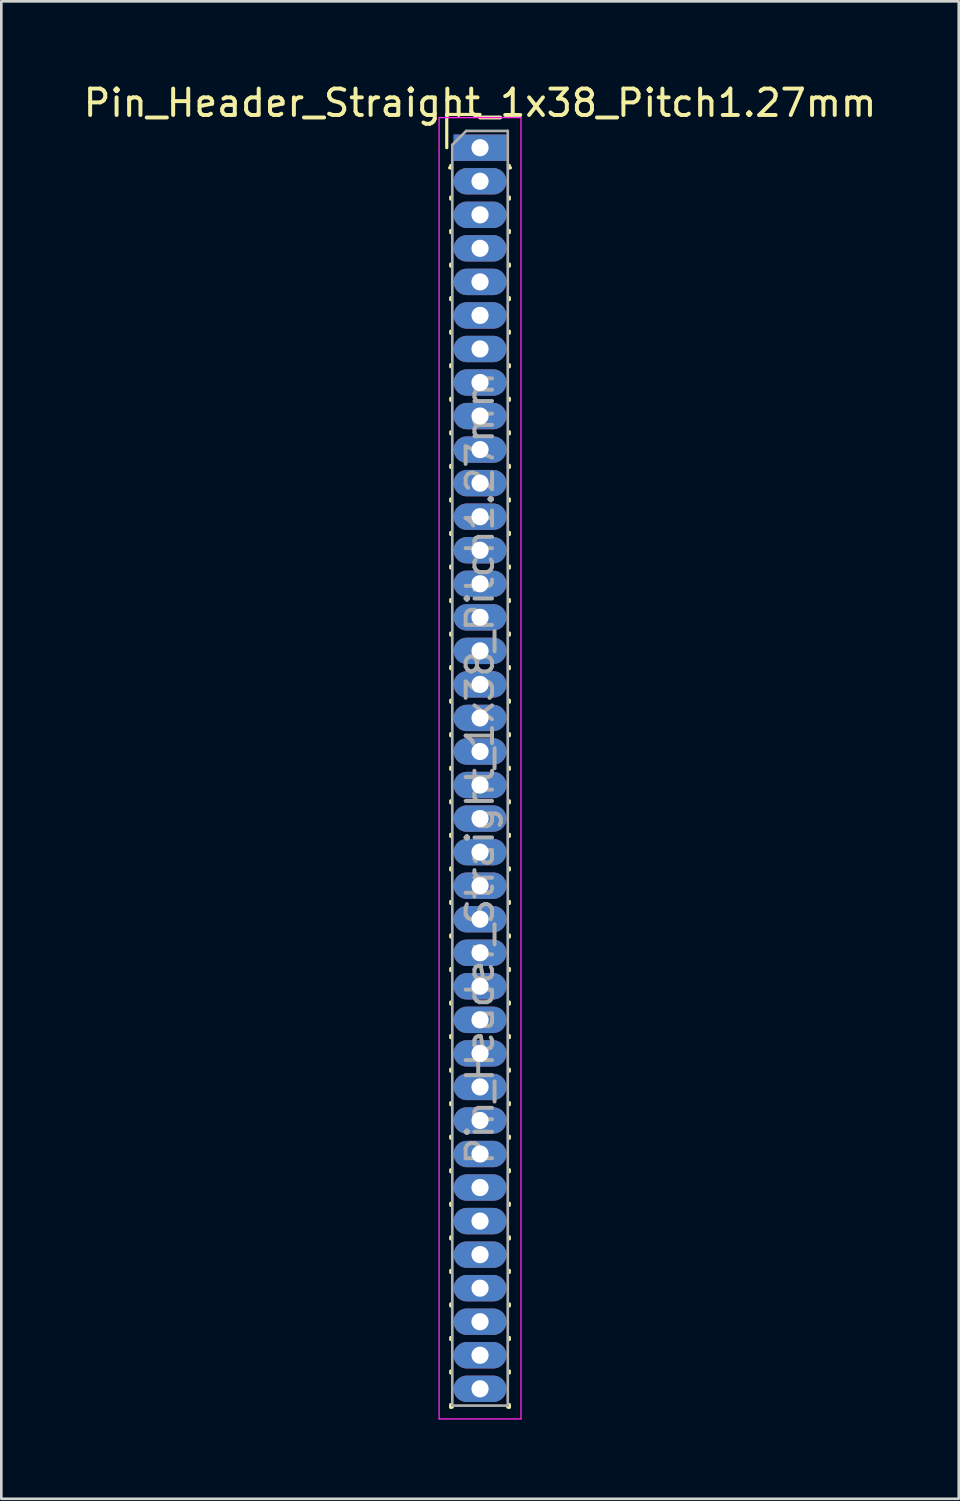
<source format=kicad_pcb>
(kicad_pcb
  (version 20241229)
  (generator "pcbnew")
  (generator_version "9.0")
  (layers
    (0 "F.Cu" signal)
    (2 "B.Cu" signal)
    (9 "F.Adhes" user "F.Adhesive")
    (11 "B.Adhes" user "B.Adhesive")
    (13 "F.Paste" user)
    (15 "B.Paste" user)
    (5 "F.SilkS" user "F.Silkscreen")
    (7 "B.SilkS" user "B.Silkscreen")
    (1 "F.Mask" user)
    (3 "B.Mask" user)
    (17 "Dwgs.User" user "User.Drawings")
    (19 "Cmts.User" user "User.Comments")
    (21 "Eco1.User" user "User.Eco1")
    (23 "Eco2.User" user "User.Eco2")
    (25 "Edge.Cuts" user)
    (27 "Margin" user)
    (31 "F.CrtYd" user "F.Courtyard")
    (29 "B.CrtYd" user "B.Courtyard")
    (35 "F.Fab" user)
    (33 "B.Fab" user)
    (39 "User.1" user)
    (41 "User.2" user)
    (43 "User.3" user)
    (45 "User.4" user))
  (footprint "Pin_Header_Straight_1x38_Pitch1.27mm"
    (layer "F.Cu")
    (at 15.125 2.543)
    (property "Reference" "Pin_Header_Straight_1x38_Pitch1.27mm" (at 0 -1.695 0) (layer "F.SilkS") (effects (font (size 1 1) (thickness 0.15))))
    (attr through_hole)
    (fp_line (start -1.26 -1.26) (end 0 -1.26) (stroke (width 0.12) (type solid)) (layer "F.SilkS"))
    (fp_line (start -1.26 0) (end -1.26 -1.26) (stroke (width 0.12) (type solid)) (layer "F.SilkS"))
    (fp_line (start -1.11 0.76) (end -1.152 0.76) (stroke (width 0.12) (type solid)) (layer "F.SilkS"))
    (fp_line (start -1.11 0.76) (end -1.11 0.674) (stroke (width 0.12) (type solid)) (layer "F.SilkS"))
    (fp_line (start -1.11 1.866) (end -1.11 1.944) (stroke (width 0.12) (type solid)) (layer "F.SilkS"))
    (fp_line (start -1.11 3.136) (end -1.11 3.214) (stroke (width 0.12) (type solid)) (layer "F.SilkS"))
    (fp_line (start -1.11 4.406) (end -1.11 4.484) (stroke (width 0.12) (type solid)) (layer "F.SilkS"))
    (fp_line (start -1.11 5.676) (end -1.11 5.754) (stroke (width 0.12) (type solid)) (layer "F.SilkS"))
    (fp_line (start -1.11 6.946) (end -1.11 7.024) (stroke (width 0.12) (type solid)) (layer "F.SilkS"))
    (fp_line (start -1.11 8.216) (end -1.11 8.294) (stroke (width 0.12) (type solid)) (layer "F.SilkS"))
    (fp_line (start -1.11 9.486) (end -1.11 9.564) (stroke (width 0.12) (type solid)) (layer "F.SilkS"))
    (fp_line (start -1.11 10.756) (end -1.11 10.834) (stroke (width 0.12) (type solid)) (layer "F.SilkS"))
    (fp_line (start -1.11 12.026) (end -1.11 12.104) (stroke (width 0.12) (type solid)) (layer "F.SilkS"))
    (fp_line (start -1.11 13.296) (end -1.11 13.374) (stroke (width 0.12) (type solid)) (layer "F.SilkS"))
    (fp_line (start -1.11 14.566) (end -1.11 14.644) (stroke (width 0.12) (type solid)) (layer "F.SilkS"))
    (fp_line (start -1.11 15.836) (end -1.11 15.914) (stroke (width 0.12) (type solid)) (layer "F.SilkS"))
    (fp_line (start -1.11 17.106) (end -1.11 17.184) (stroke (width 0.12) (type solid)) (layer "F.SilkS"))
    (fp_line (start -1.11 18.376) (end -1.11 18.454) (stroke (width 0.12) (type solid)) (layer "F.SilkS"))
    (fp_line (start -1.11 19.646) (end -1.11 19.724) (stroke (width 0.12) (type solid)) (layer "F.SilkS"))
    (fp_line (start -1.11 20.916) (end -1.11 20.994) (stroke (width 0.12) (type solid)) (layer "F.SilkS"))
    (fp_line (start -1.11 22.186) (end -1.11 22.264) (stroke (width 0.12) (type solid)) (layer "F.SilkS"))
    (fp_line (start -1.11 23.456) (end -1.11 23.534) (stroke (width 0.12) (type solid)) (layer "F.SilkS"))
    (fp_line (start -1.11 24.726) (end -1.11 24.804) (stroke (width 0.12) (type solid)) (layer "F.SilkS"))
    (fp_line (start -1.11 25.996) (end -1.11 26.074) (stroke (width 0.12) (type solid)) (layer "F.SilkS"))
    (fp_line (start -1.11 27.266) (end -1.11 27.344) (stroke (width 0.12) (type solid)) (layer "F.SilkS"))
    (fp_line (start -1.11 28.536) (end -1.11 28.614) (stroke (width 0.12) (type solid)) (layer "F.SilkS"))
    (fp_line (start -1.11 29.806) (end -1.11 29.884) (stroke (width 0.12) (type solid)) (layer "F.SilkS"))
    (fp_line (start -1.11 31.076) (end -1.11 31.154) (stroke (width 0.12) (type solid)) (layer "F.SilkS"))
    (fp_line (start -1.11 32.346) (end -1.11 32.424) (stroke (width 0.12) (type solid)) (layer "F.SilkS"))
    (fp_line (start -1.11 33.616) (end -1.11 33.694) (stroke (width 0.12) (type solid)) (layer "F.SilkS"))
    (fp_line (start -1.11 34.886) (end -1.11 34.964) (stroke (width 0.12) (type solid)) (layer "F.SilkS"))
    (fp_line (start -1.11 36.156) (end -1.11 36.234) (stroke (width 0.12) (type solid)) (layer "F.SilkS"))
    (fp_line (start -1.11 37.426) (end -1.11 37.504) (stroke (width 0.12) (type solid)) (layer "F.SilkS"))
    (fp_line (start -1.11 38.696) (end -1.11 38.774) (stroke (width 0.12) (type solid)) (layer "F.SilkS"))
    (fp_line (start -1.11 39.966) (end -1.11 40.044) (stroke (width 0.12) (type solid)) (layer "F.SilkS"))
    (fp_line (start -1.11 41.236) (end -1.11 41.314) (stroke (width 0.12) (type solid)) (layer "F.SilkS"))
    (fp_line (start -1.11 42.506) (end -1.11 42.584) (stroke (width 0.12) (type solid)) (layer "F.SilkS"))
    (fp_line (start -1.11 43.776) (end -1.11 43.854) (stroke (width 0.12) (type solid)) (layer "F.SilkS"))
    (fp_line (start -1.11 45.046) (end -1.11 45.124) (stroke (width 0.12) (type solid)) (layer "F.SilkS"))
    (fp_line (start -1.11 46.316) (end -1.11 46.394) (stroke (width 0.12) (type solid)) (layer "F.SilkS"))
    (fp_line (start -1.11 47.586) (end -1.11 47.685) (stroke (width 0.12) (type solid)) (layer "F.SilkS"))
    (fp_line (start -1.11 47.685) (end -1.051 47.685) (stroke (width 0.12) (type solid)) (layer "F.SilkS"))
    (fp_line (start 1.051 47.685) (end 1.11 47.685) (stroke (width 0.12) (type solid)) (layer "F.SilkS"))
    (fp_line (start 1.11 0.76) (end 1.11 0.674) (stroke (width 0.12) (type solid)) (layer "F.SilkS"))
    (fp_line (start 1.11 1.866) (end 1.11 1.944) (stroke (width 0.12) (type solid)) (layer "F.SilkS"))
    (fp_line (start 1.11 3.136) (end 1.11 3.214) (stroke (width 0.12) (type solid)) (layer "F.SilkS"))
    (fp_line (start 1.11 4.406) (end 1.11 4.484) (stroke (width 0.12) (type solid)) (layer "F.SilkS"))
    (fp_line (start 1.11 5.676) (end 1.11 5.754) (stroke (width 0.12) (type solid)) (layer "F.SilkS"))
    (fp_line (start 1.11 6.946) (end 1.11 7.024) (stroke (width 0.12) (type solid)) (layer "F.SilkS"))
    (fp_line (start 1.11 8.216) (end 1.11 8.294) (stroke (width 0.12) (type solid)) (layer "F.SilkS"))
    (fp_line (start 1.11 9.486) (end 1.11 9.564) (stroke (width 0.12) (type solid)) (layer "F.SilkS"))
    (fp_line (start 1.11 10.756) (end 1.11 10.834) (stroke (width 0.12) (type solid)) (layer "F.SilkS"))
    (fp_line (start 1.11 12.026) (end 1.11 12.104) (stroke (width 0.12) (type solid)) (layer "F.SilkS"))
    (fp_line (start 1.11 13.296) (end 1.11 13.374) (stroke (width 0.12) (type solid)) (layer "F.SilkS"))
    (fp_line (start 1.11 14.566) (end 1.11 14.644) (stroke (width 0.12) (type solid)) (layer "F.SilkS"))
    (fp_line (start 1.11 15.836) (end 1.11 15.914) (stroke (width 0.12) (type solid)) (layer "F.SilkS"))
    (fp_line (start 1.11 17.106) (end 1.11 17.184) (stroke (width 0.12) (type solid)) (layer "F.SilkS"))
    (fp_line (start 1.11 18.376) (end 1.11 18.454) (stroke (width 0.12) (type solid)) (layer "F.SilkS"))
    (fp_line (start 1.11 19.646) (end 1.11 19.724) (stroke (width 0.12) (type solid)) (layer "F.SilkS"))
    (fp_line (start 1.11 20.916) (end 1.11 20.994) (stroke (width 0.12) (type solid)) (layer "F.SilkS"))
    (fp_line (start 1.11 22.186) (end 1.11 22.264) (stroke (width 0.12) (type solid)) (layer "F.SilkS"))
    (fp_line (start 1.11 23.456) (end 1.11 23.534) (stroke (width 0.12) (type solid)) (layer "F.SilkS"))
    (fp_line (start 1.11 24.726) (end 1.11 24.804) (stroke (width 0.12) (type solid)) (layer "F.SilkS"))
    (fp_line (start 1.11 25.996) (end 1.11 26.074) (stroke (width 0.12) (type solid)) (layer "F.SilkS"))
    (fp_line (start 1.11 27.266) (end 1.11 27.344) (stroke (width 0.12) (type solid)) (layer "F.SilkS"))
    (fp_line (start 1.11 28.536) (end 1.11 28.614) (stroke (width 0.12) (type solid)) (layer "F.SilkS"))
    (fp_line (start 1.11 29.806) (end 1.11 29.884) (stroke (width 0.12) (type solid)) (layer "F.SilkS"))
    (fp_line (start 1.11 31.076) (end 1.11 31.154) (stroke (width 0.12) (type solid)) (layer "F.SilkS"))
    (fp_line (start 1.11 32.346) (end 1.11 32.424) (stroke (width 0.12) (type solid)) (layer "F.SilkS"))
    (fp_line (start 1.11 33.616) (end 1.11 33.694) (stroke (width 0.12) (type solid)) (layer "F.SilkS"))
    (fp_line (start 1.11 34.886) (end 1.11 34.964) (stroke (width 0.12) (type solid)) (layer "F.SilkS"))
    (fp_line (start 1.11 36.156) (end 1.11 36.234) (stroke (width 0.12) (type solid)) (layer "F.SilkS"))
    (fp_line (start 1.11 37.426) (end 1.11 37.504) (stroke (width 0.12) (type solid)) (layer "F.SilkS"))
    (fp_line (start 1.11 38.696) (end 1.11 38.774) (stroke (width 0.12) (type solid)) (layer "F.SilkS"))
    (fp_line (start 1.11 39.966) (end 1.11 40.044) (stroke (width 0.12) (type solid)) (layer "F.SilkS"))
    (fp_line (start 1.11 41.236) (end 1.11 41.314) (stroke (width 0.12) (type solid)) (layer "F.SilkS"))
    (fp_line (start 1.11 42.506) (end 1.11 42.584) (stroke (width 0.12) (type solid)) (layer "F.SilkS"))
    (fp_line (start 1.11 43.776) (end 1.11 43.854) (stroke (width 0.12) (type solid)) (layer "F.SilkS"))
    (fp_line (start 1.11 45.046) (end 1.11 45.124) (stroke (width 0.12) (type solid)) (layer "F.SilkS"))
    (fp_line (start 1.11 46.316) (end 1.11 46.394) (stroke (width 0.12) (type solid)) (layer "F.SilkS"))
    (fp_line (start 1.11 47.586) (end 1.11 47.685) (stroke (width 0.12) (type solid)) (layer "F.SilkS"))
    (fp_line (start 1.152 0.76) (end 1.11 0.76) (stroke (width 0.12) (type solid)) (layer "F.SilkS"))
    (fp_line (start -1.55 -1.14) (end -1.55 48.13) (stroke (width 0.05) (type solid)) (layer "F.CrtYd"))
    (fp_line (start -1.55 48.13) (end 1.55 48.13) (stroke (width 0.05) (type solid)) (layer "F.CrtYd"))
    (fp_line (start 1.55 -1.14) (end -1.55 -1.14) (stroke (width 0.05) (type solid)) (layer "F.CrtYd"))
    (fp_line (start 1.55 48.13) (end 1.55 -1.14) (stroke (width 0.05) (type solid)) (layer "F.CrtYd"))
    (fp_line (start -1.05 -0.11) (end -0.525 -0.635) (stroke (width 0.1) (type solid)) (layer "F.Fab"))
    (fp_line (start -1.05 47.625) (end -1.05 -0.11) (stroke (width 0.1) (type solid)) (layer "F.Fab"))
    (fp_line (start -0.525 -0.635) (end 1.05 -0.635) (stroke (width 0.1) (type solid)) (layer "F.Fab"))
    (fp_line (start 1.05 -0.635) (end 1.05 47.625) (stroke (width 0.1) (type solid)) (layer "F.Fab"))
    (fp_line (start 1.05 47.625) (end -1.05 47.625) (stroke (width 0.1) (type solid)) (layer "F.Fab"))
    (fp_text user "${REFERENCE}" (at 0 23.495 90) (layer "F.Fab") (effects (font (size 1 1) (thickness 0.15))))
    (pad "1" thru_hole rect (at 0 0) (size 2 1) (drill 0.65) (layers "*.Cu" "*.Mask"))
    (pad "2" thru_hole oval (at 0 1.27) (size 2 1) (drill 0.65) (layers "*.Cu" "*.Mask"))
    (pad "3" thru_hole oval (at 0 2.54) (size 2 1) (drill 0.65) (layers "*.Cu" "*.Mask"))
    (pad "4" thru_hole oval (at 0 3.81) (size 2 1) (drill 0.65) (layers "*.Cu" "*.Mask"))
    (pad "5" thru_hole oval (at 0 5.08) (size 2 1) (drill 0.65) (layers "*.Cu" "*.Mask"))
    (pad "6" thru_hole oval (at 0 6.35) (size 2 1) (drill 0.65) (layers "*.Cu" "*.Mask"))
    (pad "7" thru_hole oval (at 0 7.62) (size 2 1) (drill 0.65) (layers "*.Cu" "*.Mask"))
    (pad "8" thru_hole oval (at 0 8.89) (size 2 1) (drill 0.65) (layers "*.Cu" "*.Mask"))
    (pad "9" thru_hole oval (at 0 10.16) (size 2 1) (drill 0.65) (layers "*.Cu" "*.Mask"))
    (pad "10" thru_hole oval (at 0 11.43) (size 2 1) (drill 0.65) (layers "*.Cu" "*.Mask"))
    (pad "11" thru_hole oval (at 0 12.7) (size 2 1) (drill 0.65) (layers "*.Cu" "*.Mask"))
    (pad "12" thru_hole oval (at 0 13.97) (size 2 1) (drill 0.65) (layers "*.Cu" "*.Mask"))
    (pad "13" thru_hole oval (at 0 15.24) (size 2 1) (drill 0.65) (layers "*.Cu" "*.Mask"))
    (pad "14" thru_hole oval (at 0 16.51) (size 2 1) (drill 0.65) (layers "*.Cu" "*.Mask"))
    (pad "15" thru_hole oval (at 0 17.78) (size 2 1) (drill 0.65) (layers "*.Cu" "*.Mask"))
    (pad "16" thru_hole oval (at 0 19.05) (size 2 1) (drill 0.65) (layers "*.Cu" "*.Mask"))
    (pad "17" thru_hole oval (at 0 20.32) (size 2 1) (drill 0.65) (layers "*.Cu" "*.Mask"))
    (pad "18" thru_hole oval (at 0 21.59) (size 2 1) (drill 0.65) (layers "*.Cu" "*.Mask"))
    (pad "19" thru_hole oval (at 0 22.86) (size 2 1) (drill 0.65) (layers "*.Cu" "*.Mask"))
    (pad "20" thru_hole oval (at 0 24.13) (size 2 1) (drill 0.65) (layers "*.Cu" "*.Mask"))
    (pad "21" thru_hole oval (at 0 25.4) (size 2 1) (drill 0.65) (layers "*.Cu" "*.Mask"))
    (pad "22" thru_hole oval (at 0 26.67) (size 2 1) (drill 0.65) (layers "*.Cu" "*.Mask"))
    (pad "23" thru_hole oval (at 0 27.94) (size 2 1) (drill 0.65) (layers "*.Cu" "*.Mask"))
    (pad "24" thru_hole oval (at 0 29.21) (size 2 1) (drill 0.65) (layers "*.Cu" "*.Mask"))
    (pad "25" thru_hole oval (at 0 30.48) (size 2 1) (drill 0.65) (layers "*.Cu" "*.Mask"))
    (pad "26" thru_hole oval (at 0 31.75) (size 2 1) (drill 0.65) (layers "*.Cu" "*.Mask"))
    (pad "27" thru_hole oval (at 0 33.02) (size 2 1) (drill 0.65) (layers "*.Cu" "*.Mask"))
    (pad "28" thru_hole oval (at 0 34.29) (size 2 1) (drill 0.65) (layers "*.Cu" "*.Mask"))
    (pad "29" thru_hole oval (at 0 35.56) (size 2 1) (drill 0.65) (layers "*.Cu" "*.Mask"))
    (pad "30" thru_hole oval (at 0 36.83) (size 2 1) (drill 0.65) (layers "*.Cu" "*.Mask"))
    (pad "31" thru_hole oval (at 0 38.1) (size 2 1) (drill 0.65) (layers "*.Cu" "*.Mask"))
    (pad "32" thru_hole oval (at 0 39.37) (size 2 1) (drill 0.65) (layers "*.Cu" "*.Mask"))
    (pad "33" thru_hole oval (at 0 40.64) (size 2 1) (drill 0.65) (layers "*.Cu" "*.Mask"))
    (pad "34" thru_hole oval (at 0 41.91) (size 2 1) (drill 0.65) (layers "*.Cu" "*.Mask"))
    (pad "35" thru_hole oval (at 0 43.18) (size 2 1) (drill 0.65) (layers "*.Cu" "*.Mask"))
    (pad "36" thru_hole oval (at 0 44.45) (size 2 1) (drill 0.65) (layers "*.Cu" "*.Mask"))
    (pad "37" thru_hole oval (at 0 45.72) (size 2 1) (drill 0.65) (layers "*.Cu" "*.Mask"))
    (pad "38" thru_hole oval (at 0 46.99) (size 2 1) (drill 0.65) (layers "*.Cu" "*.Mask")))
  (gr_rect
    (start -3 -3)
    (end 33.25 53.698)
    (stroke (width 0.1) (type default))
    (fill no)
    (layer "Edge.Cuts")))
</source>
